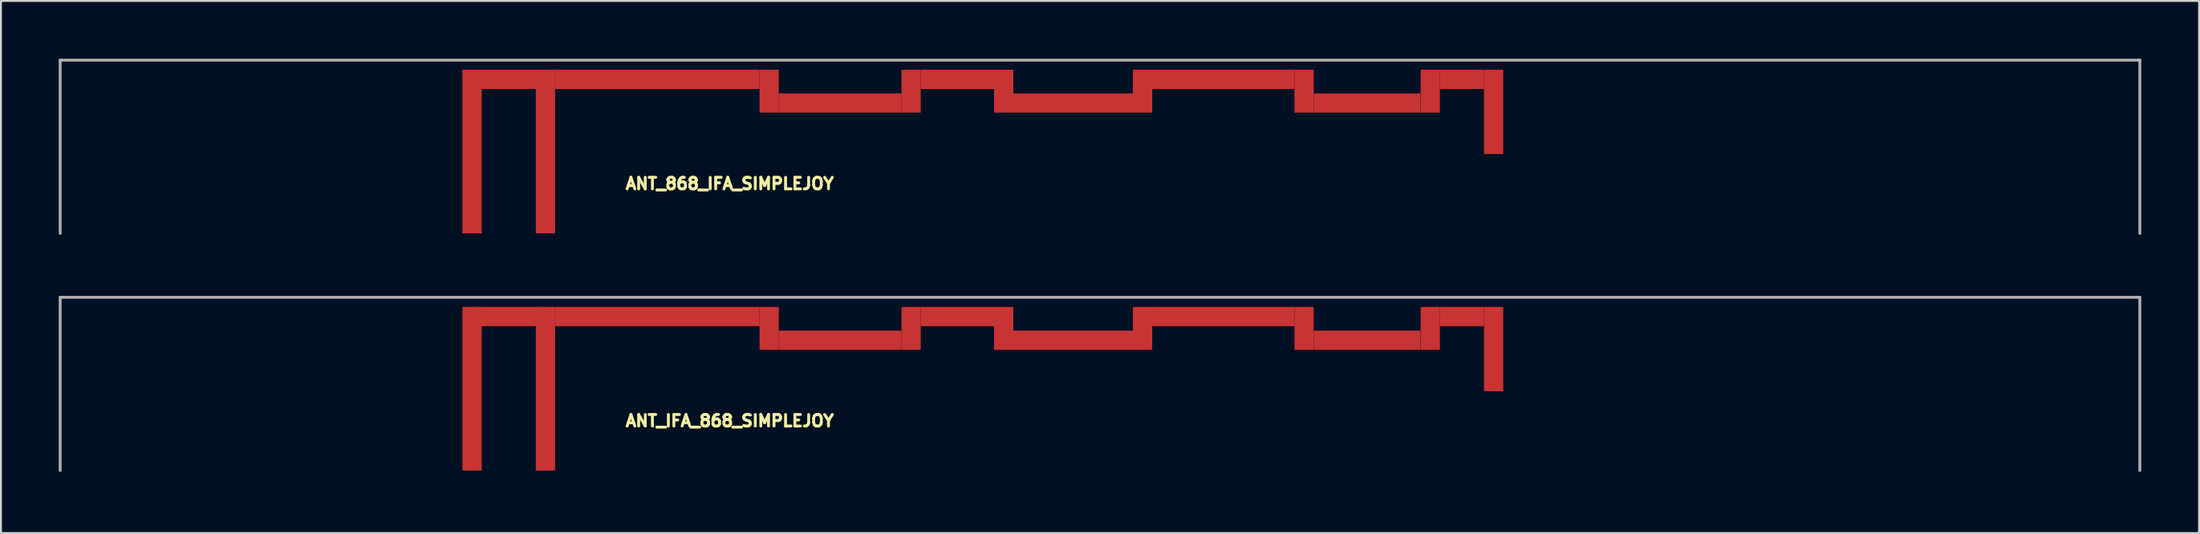
<source format=kicad_pcb>
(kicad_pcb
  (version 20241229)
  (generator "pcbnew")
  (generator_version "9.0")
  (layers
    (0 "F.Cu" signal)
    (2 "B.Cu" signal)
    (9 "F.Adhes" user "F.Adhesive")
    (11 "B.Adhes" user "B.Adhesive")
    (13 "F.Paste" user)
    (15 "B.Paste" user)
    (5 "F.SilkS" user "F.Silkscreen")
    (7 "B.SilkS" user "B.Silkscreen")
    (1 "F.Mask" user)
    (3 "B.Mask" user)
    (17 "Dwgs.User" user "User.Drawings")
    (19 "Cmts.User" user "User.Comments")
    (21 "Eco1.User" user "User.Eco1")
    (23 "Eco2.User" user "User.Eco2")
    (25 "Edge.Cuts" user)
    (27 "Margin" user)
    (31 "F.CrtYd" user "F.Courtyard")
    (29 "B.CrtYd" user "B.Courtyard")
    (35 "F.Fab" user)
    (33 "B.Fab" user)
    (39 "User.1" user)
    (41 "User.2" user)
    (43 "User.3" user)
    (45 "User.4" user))
  (footprint "ANT_IFA_868_SIMPLEJOY"
    (layer "F.Cu")
    (at 25.275 21.4)
    (property "Reference" "ANT_IFA_868_SIMPLEJOY" (at 9.57 -2.58 0) (layer "F.SilkS") (effects (font (size 0.6 0.6) (thickness 0.15))))
    (attr through_hole)
    (fp_line (start -3.8 -8) (end 0 -8) (stroke (width 1) (type solid)) (layer "F.Cu"))
    (fp_line (start -25.2 -9) (end 82.8 -9) (stroke (width 0.15) (type solid)) (layer "F.Fab"))
    (fp_line (start -25.2 0) (end -25.2 -9) (stroke (width 0.15) (type solid)) (layer "F.Fab"))
    (fp_line (start 82.8 -9) (end 82.8 0) (stroke (width 0.15) (type solid)) (layer "F.Fab"))
    (pad "1" smd rect (at 0 -4.25 90) (size 8.5 1) (layers "F.Cu"))
    (pad "1" smd rect (at 5.81 -8 90) (size 1 10.62) (layers "F.Cu"))
    (pad "1" smd rect (at 11.62 -7.385 90) (size 2.23 1) (layers "F.Cu"))
    (pad "1" smd rect (at 15.305 -6.77 90) (size 1 6.37) (layers "F.Cu"))
    (pad "1" smd rect (at 18.99 -7.385 90) (size 2.23 1) (layers "F.Cu"))
    (pad "1" smd rect (at 21.395 -8 90) (size 1 3.81) (layers "F.Cu"))
    (pad "1" smd rect (at 23.8 -7.385 90) (size 2.23 1) (layers "F.Cu"))
    (pad "1" smd rect (at 27.405 -6.77 90) (size 1 6.21) (layers "F.Cu"))
    (pad "1" smd rect (at 31.01 -7.385 90) (size 2.23 1) (layers "F.Cu"))
    (pad "1" smd rect (at 35.205 -8 90) (size 1 7.39) (layers "F.Cu"))
    (pad "1" smd rect (at 39.4 -7.385 90) (size 2.23 1) (layers "F.Cu"))
    (pad "1" smd rect (at 42.67 -6.77 90) (size 1 5.54) (layers "F.Cu"))
    (pad "1" smd rect (at 45.95 -7.385 90) (size 2.23 1) (layers "F.Cu"))
    (pad "1" smd rect (at 47.595 -8 90) (size 1 2.29) (layers "F.Cu"))
    (pad "1" smd rect (at 49.24 -6.31 90) (size 4.38 1) (layers "F.Cu"))
    (pad "2" smd rect (at -3.81 -4.25 90) (size 8.5 1) (layers "F.Cu")))
  (footprint "ANT_868_IFA_SIMPLEJOY"
    (layer "F.Cu")
    (at 25.275 9.075)
    (property "Reference" "ANT_868_IFA_SIMPLEJOY" (at 9.57 -2.58 0) (layer "F.SilkS") (effects (font (size 0.6 0.6) (thickness 0.15))))
    (attr through_hole)
    (fp_line (start -3.8 -8) (end 0 -8) (stroke (width 1) (type solid)) (layer "F.Cu"))
    (fp_line (start -25.2 -9) (end 82.8 -9) (stroke (width 0.15) (type solid)) (layer "F.Fab"))
    (fp_line (start -25.2 0) (end -25.2 -9) (stroke (width 0.15) (type solid)) (layer "F.Fab"))
    (fp_line (start 82.8 -9) (end 82.8 0) (stroke (width 0.15) (type solid)) (layer "F.Fab"))
    (pad "1" smd rect (at 0 -4.25 90) (size 8.5 1) (layers "F.Cu"))
    (pad "1" smd rect (at 5.81 -8 90) (size 1 10.62) (layers "F.Cu"))
    (pad "1" smd rect (at 11.62 -7.385 90) (size 2.23 1) (layers "F.Cu"))
    (pad "1" smd rect (at 15.305 -6.77 90) (size 1 6.37) (layers "F.Cu"))
    (pad "1" smd rect (at 18.99 -7.385 90) (size 2.23 1) (layers "F.Cu"))
    (pad "1" smd rect (at 21.395 -8 90) (size 1 3.81) (layers "F.Cu"))
    (pad "1" smd rect (at 23.8 -7.385 90) (size 2.23 1) (layers "F.Cu"))
    (pad "1" smd rect (at 27.405 -6.77 90) (size 1 6.21) (layers "F.Cu"))
    (pad "1" smd rect (at 31.01 -7.385 90) (size 2.23 1) (layers "F.Cu"))
    (pad "1" smd rect (at 35.205 -8 90) (size 1 7.39) (layers "F.Cu"))
    (pad "1" smd rect (at 39.4 -7.385 90) (size 2.23 1) (layers "F.Cu"))
    (pad "1" smd rect (at 42.67 -6.77 90) (size 1 5.54) (layers "F.Cu"))
    (pad "1" smd rect (at 45.95 -7.385 90) (size 2.23 1) (layers "F.Cu"))
    (pad "1" smd rect (at 47.595 -8 90) (size 1 2.29) (layers "F.Cu"))
    (pad "1" smd rect (at 49.24 -6.31 90) (size 4.38 1) (layers "F.Cu"))
    (pad "2" smd rect (at -3.81 -4.25 90) (size 8.5 1) (layers "F.Cu")))
  (gr_rect
    (start -3 -3)
    (end 111.15 24.65)
    (stroke (width 0.1) (type default))
    (fill no)
    (layer "Edge.Cuts")))
</source>
